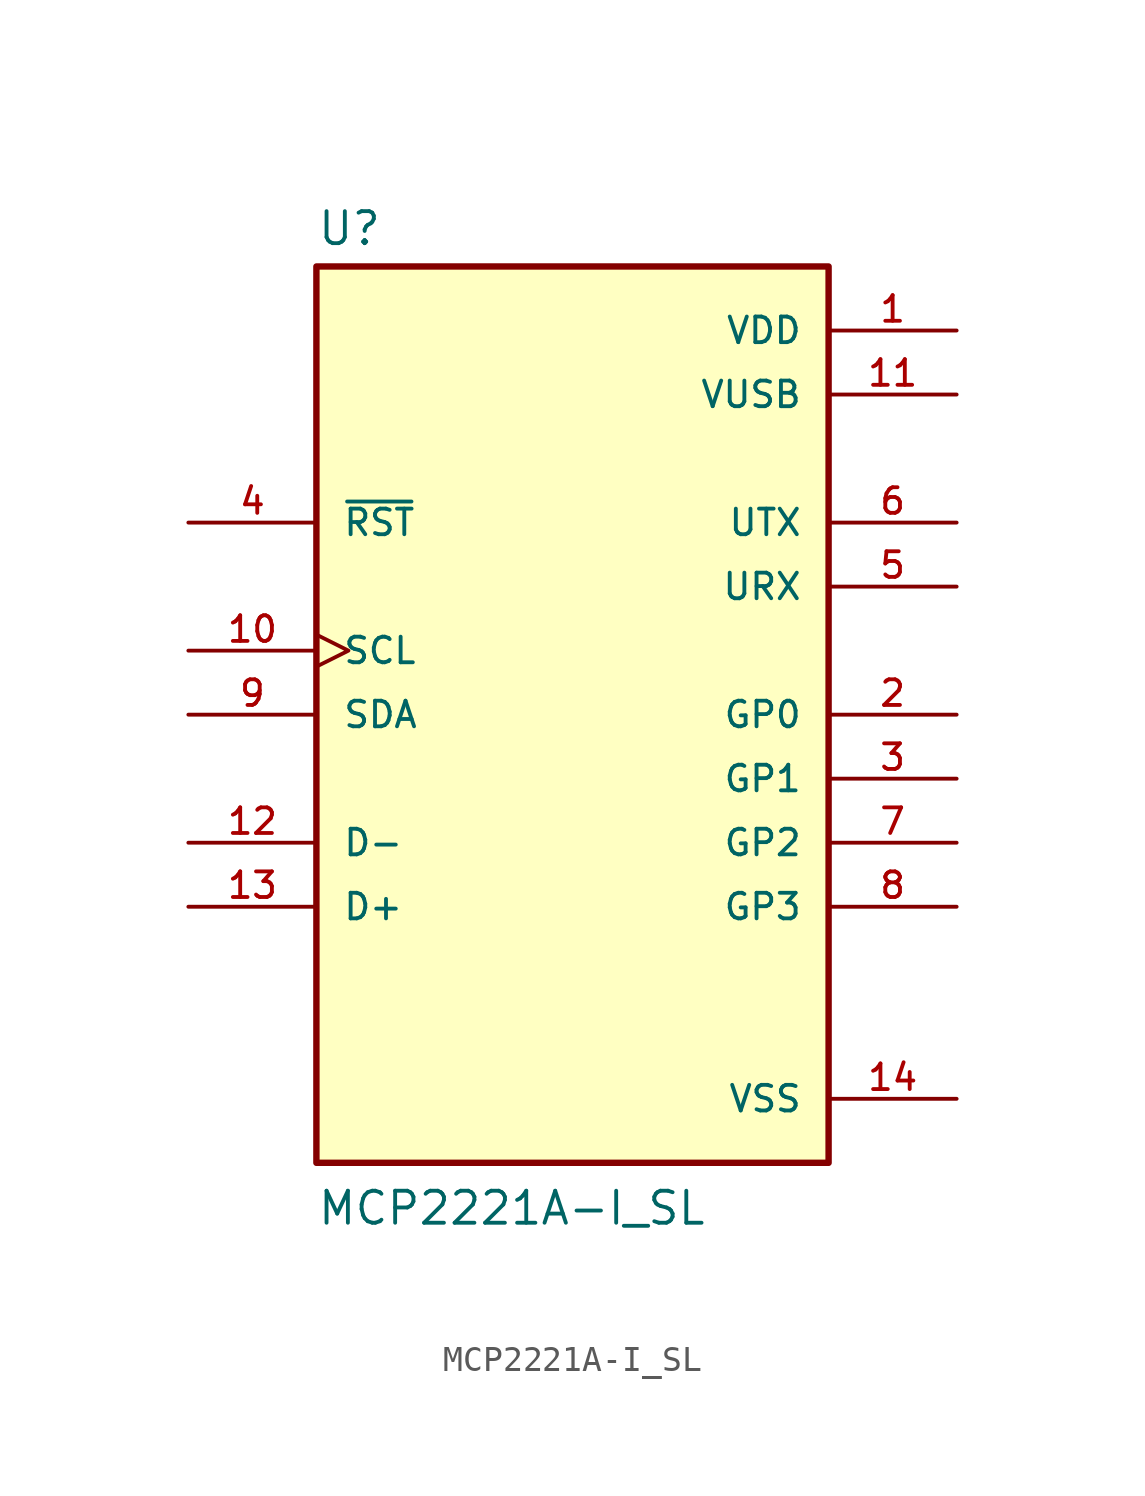
<source format=kicad_sym>
(kicad_symbol_lib
  (version 20211014)
  (generator kicad_symbol_editor)
  (symbol "MCP2221A-I_SL"
    (pin_names
      (offset 1.016))
    (property "Reference" "U"
      (at -10.16 18.542 0)
      (effects (font (size 1.27 1.27)) (justify bottom left)))
    (property "Value" "MCP2221A-I_SL"
      (at -10.16 -20.32 0)
      (effects (font (size 1.27 1.27)) (justify bottom left)))
    (symbol "MCP2221A-I_SL_0_0"
      (rectangle (start -10.16 -17.78) (end 10.16 17.78) (stroke (width 0.254)) (fill (type background)))
      (pin power_in line (at 15.24 15.24 180.0) (length 5.08) (name "VDD" (effects (font (size 1.016 1.016)))) (number "1" (effects (font (size 1.016 1.016)))))
      (pin bidirectional line (at 15.24 0.0 180.0) (length 5.08) (name "GP0" (effects (font (size 1.016 1.016)))) (number "2" (effects (font (size 1.016 1.016)))))
      (pin bidirectional line (at 15.24 -2.54 180.0) (length 5.08) (name "GP1" (effects (font (size 1.016 1.016)))) (number "3" (effects (font (size 1.016 1.016)))))
      (pin input line (at -15.24 7.62 0) (length 5.08) (name "~{RST}" (effects (font (size 1.016 1.016)))) (number "4" (effects (font (size 1.016 1.016)))))
      (pin input line (at 15.24 5.08 180.0) (length 5.08) (name "URX" (effects (font (size 1.016 1.016)))) (number "5" (effects (font (size 1.016 1.016)))))
      (pin output line (at 15.24 7.62 180.0) (length 5.08) (name "UTX" (effects (font (size 1.016 1.016)))) (number "6" (effects (font (size 1.016 1.016)))))
      (pin bidirectional line (at 15.24 -5.08 180.0) (length 5.08) (name "GP2" (effects (font (size 1.016 1.016)))) (number "7" (effects (font (size 1.016 1.016)))))
      (pin bidirectional line (at 15.24 -7.62 180.0) (length 5.08) (name "GP3" (effects (font (size 1.016 1.016)))) (number "8" (effects (font (size 1.016 1.016)))))
      (pin bidirectional clock (at -15.24 2.54 0) (length 5.08) (name "SCL" (effects (font (size 1.016 1.016)))) (number "10" (effects (font (size 1.016 1.016)))))
      (pin power_in line (at 15.24 12.7 180.0) (length 5.08) (name "VUSB" (effects (font (size 1.016 1.016)))) (number "11" (effects (font (size 1.016 1.016)))))
      (pin bidirectional line (at -15.24 0.0 0) (length 5.08) (name "SDA" (effects (font (size 1.016 1.016)))) (number "9" (effects (font (size 1.016 1.016)))))
      (pin bidirectional line (at -15.24 -5.08 0) (length 5.08) (name "D-" (effects (font (size 1.016 1.016)))) (number "12" (effects (font (size 1.016 1.016)))))
      (pin bidirectional line (at -15.24 -7.62 0) (length 5.08) (name "D+" (effects (font (size 1.016 1.016)))) (number "13" (effects (font (size 1.016 1.016)))))
      (pin power_in line (at 15.24 -15.24 180.0) (length 5.08) (name "VSS" (effects (font (size 1.016 1.016)))) (number "14" (effects (font (size 1.016 1.016))))))))
</source>
